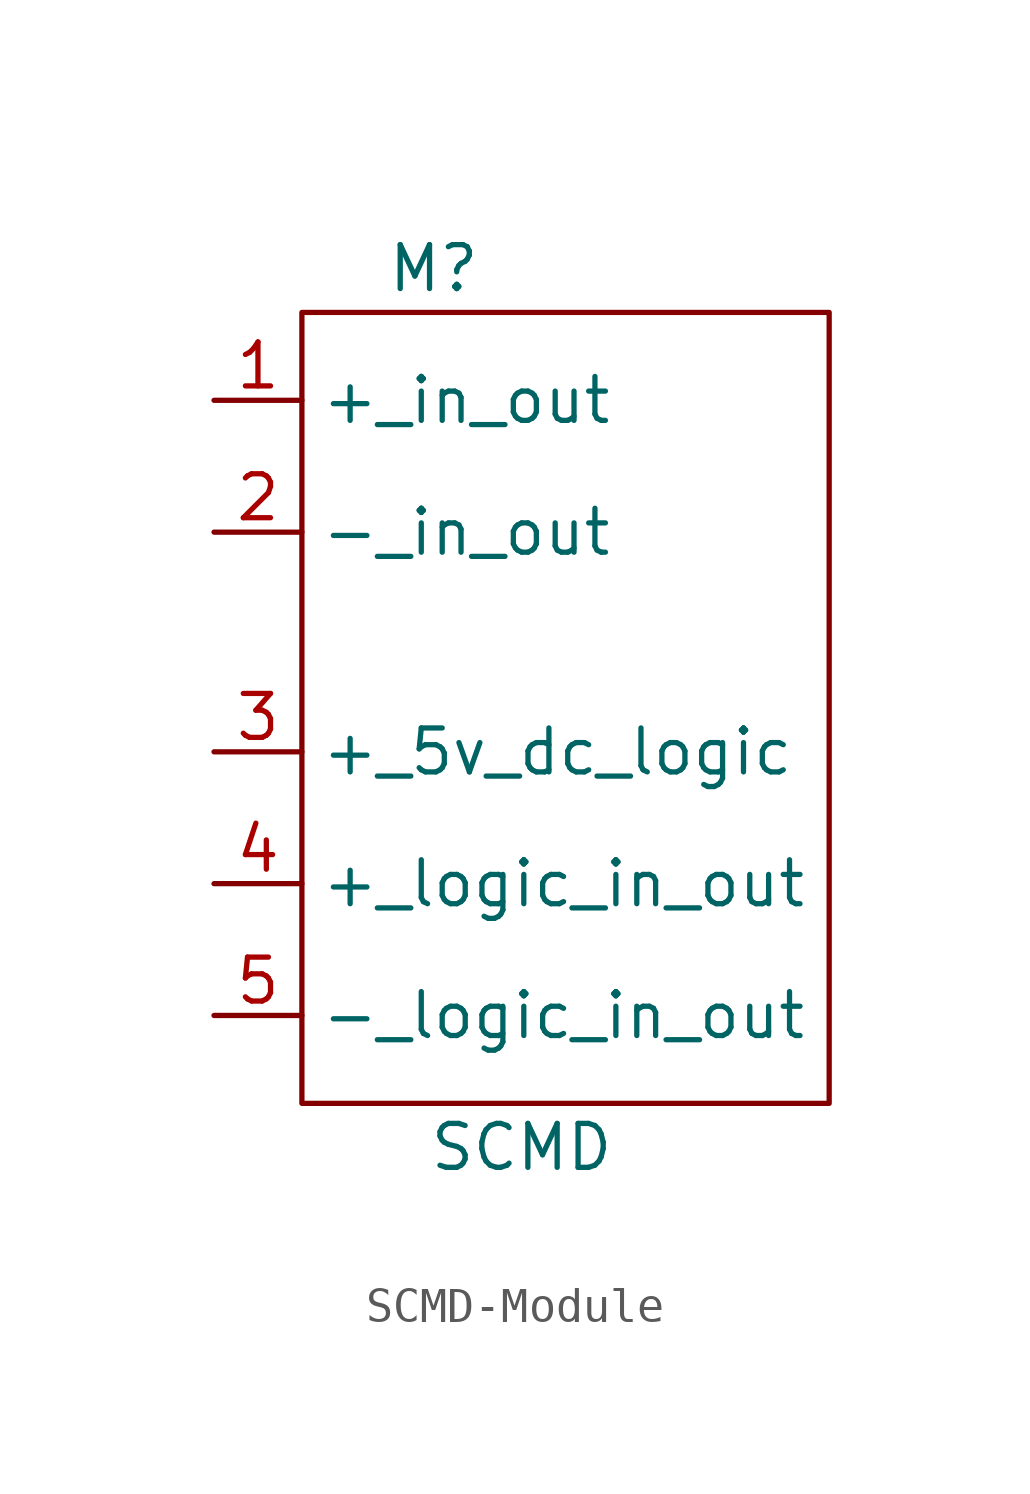
<source format=kicad_sym>
(kicad_symbol_lib
  (version 20220914)
  (generator kicad_symbol_editor)
  (symbol "SCMD-Module"
    (property "Reference" "M"
      (at 3.81 1.27 0)
      (effects (font (size 1.27 1.27))))
    (property "Value" "SCMD"
      (at 6.35 -24.13 0)
      (effects (font (size 1.27 1.27))))
    (symbol "SCMD-Module_0_1"
      (rectangle (start 0 0) (end 15.24 -22.86) (stroke (width 0) (type default)) (fill (type none))))
    (symbol "SCMD-Module_1_1"
      (pin bidirectional line (at -2.54 -2.54 0) (length 2.54) (name "+_in_out" (effects (font (size 1.27 1.27)))) (number "1" (effects (font (size 1.27 1.27)))))
      (pin bidirectional line (at -2.54 -6.35 0) (length 2.54) (name "-_in_out" (effects (font (size 1.27 1.27)))) (number "2" (effects (font (size 1.27 1.27)))))
      (pin input line (at -2.54 -12.7 0) (length 2.54) (name "+_5v_dc_logic" (effects (font (size 1.27 1.27)))) (number "3" (effects (font (size 1.27 1.27)))))
      (pin bidirectional line (at -2.54 -16.51 0) (length 2.54) (name "+_logic_in_out" (effects (font (size 1.27 1.27)))) (number "4" (effects (font (size 1.27 1.27)))))
      (pin bidirectional line (at -2.54 -20.32 0) (length 2.54) (name "-_logic_in_out" (effects (font (size 1.27 1.27)))) (number "5" (effects (font (size 1.27 1.27))))))))
</source>
